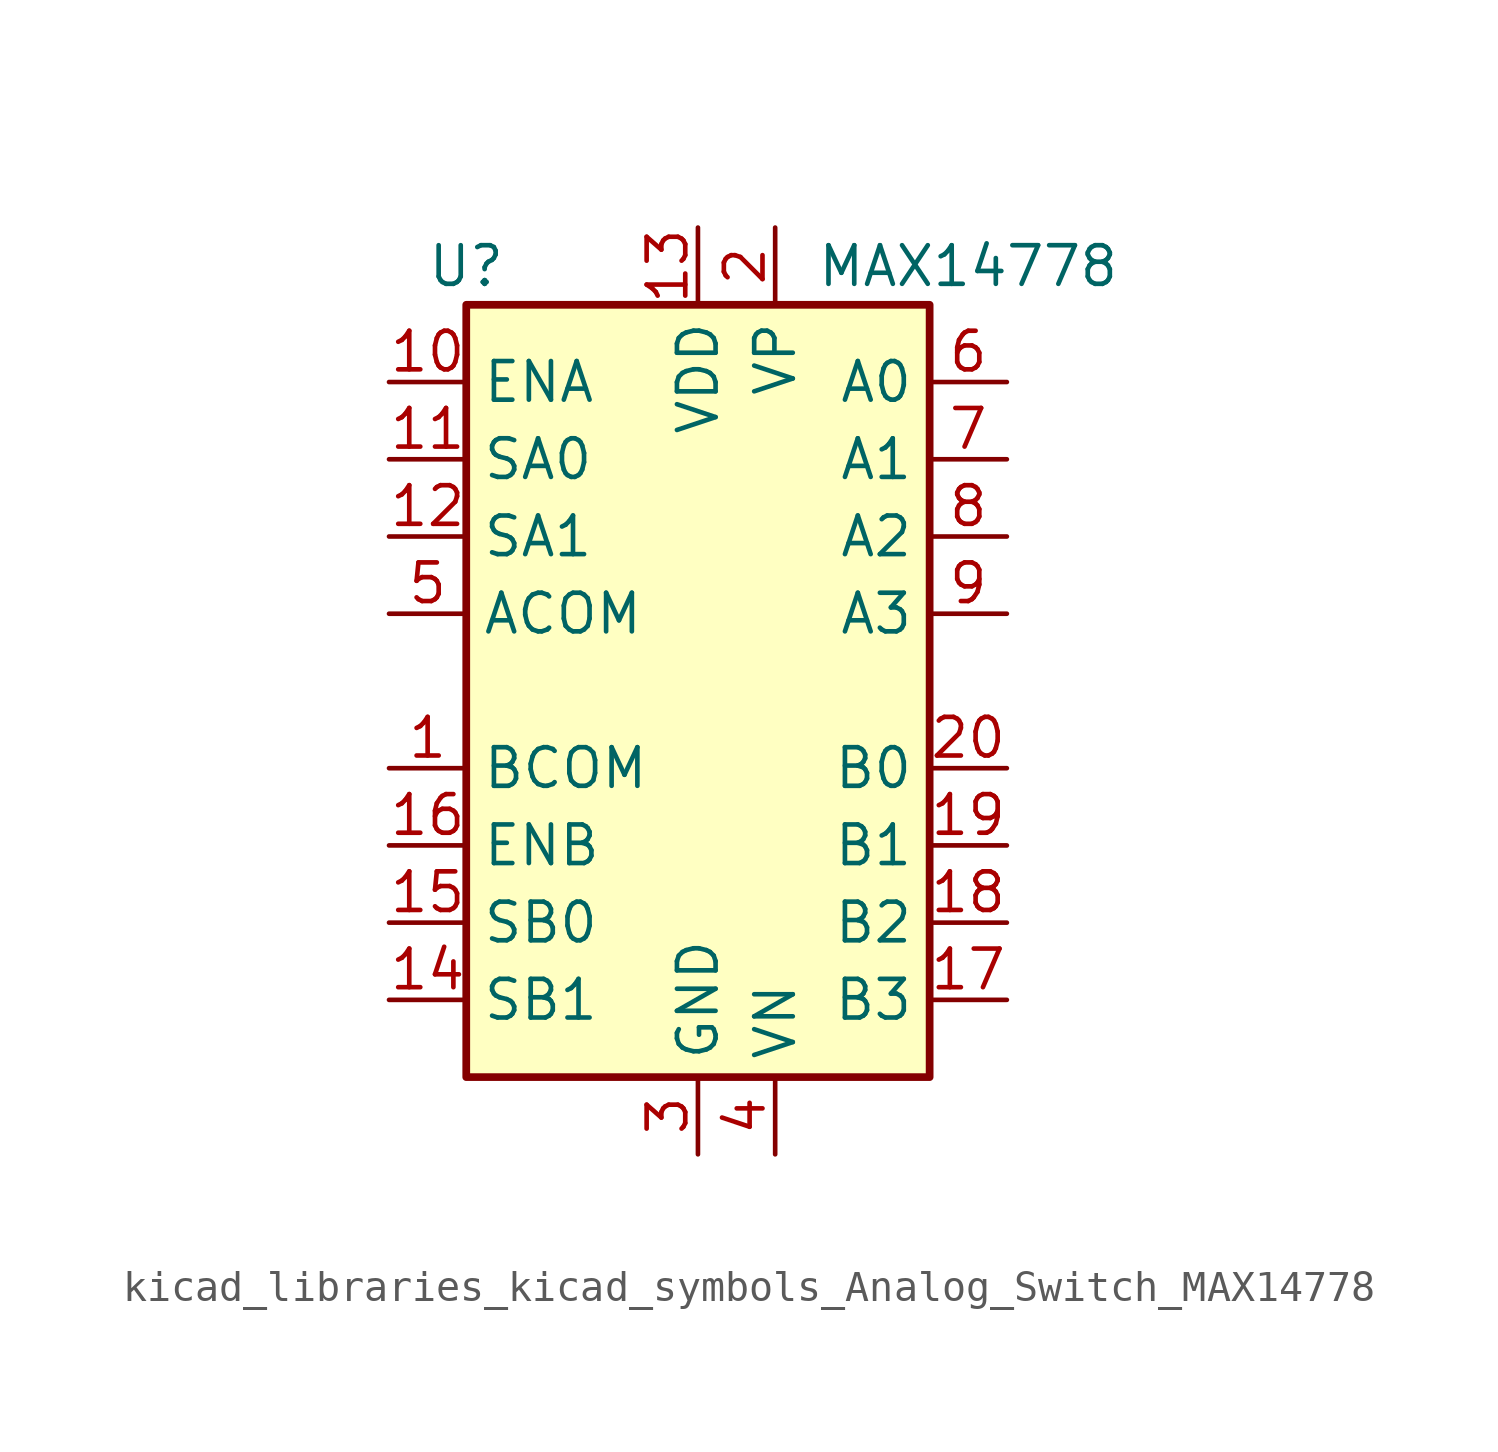
<source format=kicad_sym>
(kicad_symbol_lib
  (version 20220914)
  (generator kicad_symbol_editor)
  (symbol "kicad_libraries_kicad_symbols_Analog_Switch_MAX14778"
    (property "Reference" "U"
      (at -7.62 13.97 0)
      (effects (font (size 1.27 1.27))))
    (property "Value" "MAX14778"
      (at 8.89 13.97 0)
      (effects (font (size 1.27 1.27))))
    (symbol "kicad_libraries_kicad_symbols_Analog_Switch_MAX14778_0_1"
      (rectangle (start -7.62 12.7) (end 7.62 -12.7) (stroke (width 0.254) (type default)) (fill (type background))))
    (symbol "kicad_libraries_kicad_symbols_Analog_Switch_MAX14778_1_1"
      (pin passive line (at -10.16 -2.54 0) (length 2.54) (name "BCOM" (effects (font (size 1.27 1.27)))) (number "1" (effects (font (size 1.27 1.27)))))
      (pin input line (at -10.16 10.16 0) (length 2.54) (name "ENA" (effects (font (size 1.27 1.27)))) (number "10" (effects (font (size 1.27 1.27)))))
      (pin input line (at -10.16 7.62 0) (length 2.54) (name "SA0" (effects (font (size 1.27 1.27)))) (number "11" (effects (font (size 1.27 1.27)))))
      (pin input line (at -10.16 5.08 0) (length 2.54) (name "SA1" (effects (font (size 1.27 1.27)))) (number "12" (effects (font (size 1.27 1.27)))))
      (pin power_in line (at 0 15.24 270) (length 2.54) (name "VDD" (effects (font (size 1.27 1.27)))) (number "13" (effects (font (size 1.27 1.27)))))
      (pin input line (at -10.16 -10.16 0) (length 2.54) (name "SB1" (effects (font (size 1.27 1.27)))) (number "14" (effects (font (size 1.27 1.27)))))
      (pin input line (at -10.16 -7.62 0) (length 2.54) (name "SB0" (effects (font (size 1.27 1.27)))) (number "15" (effects (font (size 1.27 1.27)))))
      (pin input line (at -10.16 -5.08 0) (length 2.54) (name "ENB" (effects (font (size 1.27 1.27)))) (number "16" (effects (font (size 1.27 1.27)))))
      (pin passive line (at 10.16 -10.16 180) (length 2.54) (name "B3" (effects (font (size 1.27 1.27)))) (number "17" (effects (font (size 1.27 1.27)))))
      (pin passive line (at 10.16 -7.62 180) (length 2.54) (name "B2" (effects (font (size 1.27 1.27)))) (number "18" (effects (font (size 1.27 1.27)))))
      (pin passive line (at 10.16 -5.08 180) (length 2.54) (name "B1" (effects (font (size 1.27 1.27)))) (number "19" (effects (font (size 1.27 1.27)))))
      (pin passive line (at 2.54 15.24 270) (length 2.54) (name "VP" (effects (font (size 1.27 1.27)))) (number "2" (effects (font (size 1.27 1.27)))))
      (pin passive line (at 10.16 -2.54 180) (length 2.54) (name "B0" (effects (font (size 1.27 1.27)))) (number "20" (effects (font (size 1.27 1.27)))))
      (pin passive line (at 2.54 -15.24 90) (length 2.54) hide (name "VN" (effects (font (size 1.27 1.27)))) (number "21" (effects (font (size 1.27 1.27)))))
      (pin power_in line (at 0 -15.24 90) (length 2.54) (name "GND" (effects (font (size 1.27 1.27)))) (number "3" (effects (font (size 1.27 1.27)))))
      (pin passive line (at 2.54 -15.24 90) (length 2.54) (name "VN" (effects (font (size 1.27 1.27)))) (number "4" (effects (font (size 1.27 1.27)))))
      (pin passive line (at -10.16 2.54 0) (length 2.54) (name "ACOM" (effects (font (size 1.27 1.27)))) (number "5" (effects (font (size 1.27 1.27)))))
      (pin passive line (at 10.16 10.16 180) (length 2.54) (name "A0" (effects (font (size 1.27 1.27)))) (number "6" (effects (font (size 1.27 1.27)))))
      (pin passive line (at 10.16 7.62 180) (length 2.54) (name "A1" (effects (font (size 1.27 1.27)))) (number "7" (effects (font (size 1.27 1.27)))))
      (pin passive line (at 10.16 5.08 180) (length 2.54) (name "A2" (effects (font (size 1.27 1.27)))) (number "8" (effects (font (size 1.27 1.27)))))
      (pin passive line (at 10.16 2.54 180) (length 2.54) (name "A3" (effects (font (size 1.27 1.27)))) (number "9" (effects (font (size 1.27 1.27))))))))
</source>
